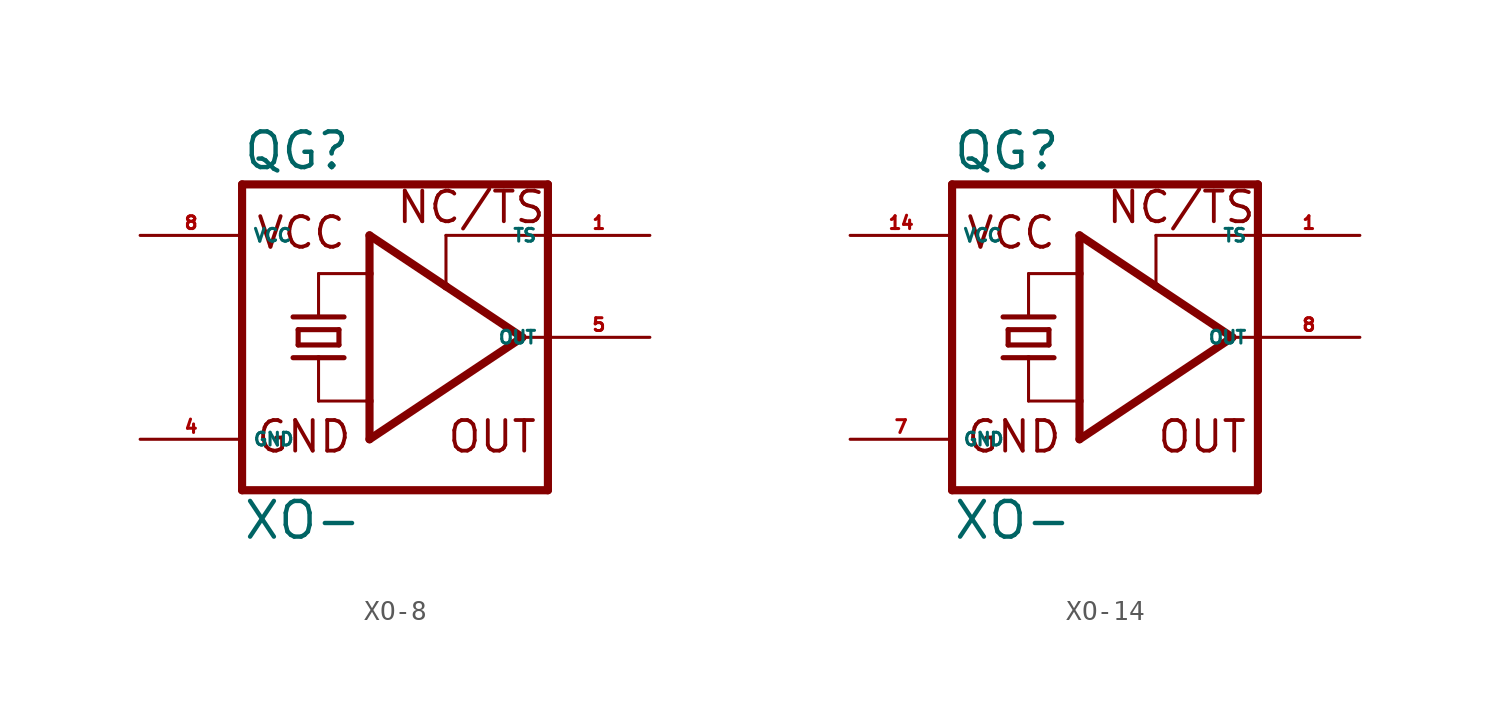
<source format=kicad_sym>
(kicad_symbol_lib
  (version 20220914)
  (generator Eagle2Kicad)
  (symbol "XO-8"
    (property "Reference" "QG"
      (at -7.62 8.255 0)
      (effects (font (size 1.778 1.778) (thickness 0.22)) (justify left bottom)))
    (property "Value" "XO-"
      (at -7.62 -10.16 0)
      (effects (font (size 1.778 1.778) (thickness 0.22)) (justify left bottom)))
    (polyline
      (pts (xy -7.62 7.62) (xy -7.62 -7.62))
      (stroke (width 0.406) (type default))
      (fill (type none)))
    (polyline
      (pts (xy 7.62 -7.62) (xy -7.62 -7.62))
      (stroke (width 0.406) (type default))
      (fill (type none)))
    (polyline
      (pts (xy 7.62 -7.62) (xy 7.62 0))
      (stroke (width 0.406) (type default))
      (fill (type none)))
    (polyline
      (pts (xy 7.62 0) (xy 7.62 5.08))
      (stroke (width 0.406) (type default))
      (fill (type none)))
    (polyline
      (pts (xy 7.62 5.08) (xy 7.62 7.62))
      (stroke (width 0.406) (type default))
      (fill (type none)))
    (polyline
      (pts (xy -7.62 7.62) (xy 7.62 7.62))
      (stroke (width 0.406) (type default))
      (fill (type none)))
    (polyline
      (pts (xy -1.27 5.08) (xy 2.54 2.54))
      (stroke (width 0.406) (type default))
      (fill (type none)))
    (polyline
      (pts (xy 2.54 2.54) (xy 6.35 0))
      (stroke (width 0.406) (type default))
      (fill (type none)))
    (polyline
      (pts (xy 6.35 0) (xy -1.27 -5.08))
      (stroke (width 0.406) (type default))
      (fill (type none)))
    (polyline
      (pts (xy -1.27 -5.08) (xy -1.27 -3.175))
      (stroke (width 0.406) (type default))
      (fill (type none)))
    (polyline
      (pts (xy -1.27 -3.175) (xy -1.27 3.175))
      (stroke (width 0.406) (type default))
      (fill (type none)))
    (polyline
      (pts (xy -1.27 3.175) (xy -1.27 5.08))
      (stroke (width 0.406) (type default))
      (fill (type none)))
    (polyline
      (pts (xy -3.81 3.175) (xy -1.27 3.175))
      (stroke (width 0.152) (type default))
      (fill (type none)))
    (polyline
      (pts (xy -3.81 -3.175) (xy -1.27 -3.175))
      (stroke (width 0.152) (type default))
      (fill (type none)))
    (polyline
      (pts (xy 6.35 0) (xy 7.62 0))
      (stroke (width 0.152) (type default))
      (fill (type none)))
    (polyline
      (pts (xy 7.62 5.08) (xy 2.54 5.08))
      (stroke (width 0.152) (type default))
      (fill (type none)))
    (polyline
      (pts (xy 2.54 5.08) (xy 2.54 2.54))
      (stroke (width 0.152) (type default))
      (fill (type none)))
    (polyline
      (pts (xy -4.826 -0.381) (xy -4.826 0.381))
      (stroke (width 0.254) (type default))
      (fill (type none)))
    (polyline
      (pts (xy -4.826 0.381) (xy -2.794 0.381))
      (stroke (width 0.254) (type default))
      (fill (type none)))
    (polyline
      (pts (xy -2.794 0.381) (xy -2.794 -0.381))
      (stroke (width 0.254) (type default))
      (fill (type none)))
    (polyline
      (pts (xy -4.826 -0.381) (xy -2.794 -0.381))
      (stroke (width 0.254) (type default))
      (fill (type none)))
    (polyline
      (pts (xy -5.08 -1.016) (xy -3.81 -1.016))
      (stroke (width 0.254) (type default))
      (fill (type none)))
    (polyline
      (pts (xy -3.81 -1.016) (xy -2.54 -1.016))
      (stroke (width 0.254) (type default))
      (fill (type none)))
    (polyline
      (pts (xy -3.81 1.016) (xy -3.81 3.175))
      (stroke (width 0.152) (type default))
      (fill (type none)))
    (polyline
      (pts (xy -3.81 -3.175) (xy -3.81 -1.016))
      (stroke (width 0.152) (type default))
      (fill (type none)))
    (polyline
      (pts (xy -5.08 1.016) (xy -2.54 1.016))
      (stroke (width 0.254) (type default))
      (fill (type none)))
    (text "OUT"
      (at 2.54 -5.842 0)
      (effects (font (size 1.524 1.524) (thickness 0.19)) (justify left bottom)))
    (text "GND"
      (at -6.985 -5.842 0)
      (effects (font (size 1.524 1.524) (thickness 0.19)) (justify left bottom)))
    (text "VCC"
      (at -6.985 4.318 0)
      (effects (font (size 1.524 1.524) (thickness 0.19)) (justify left bottom)))
    (text "NC/TS"
      (at 0 5.588 0)
      (effects (font (size 1.524 1.524) (thickness 0.19)) (justify left bottom)))
    (pin unspecified line
      (at -12.7 -5.08 0)
      (length 5.08)
      (name "GND" (effects (font (size 0.635 0.635) (thickness 0.08)) (justify left bottom)))
      (number "4" (effects (font (size 0.635 0.635) (thickness 0.08)) (justify left bottom))))
    (pin unspecified line
      (at -12.7 5.08 0)
      (length 5.08)
      (name "VCC" (effects (font (size 0.635 0.635) (thickness 0.08)) (justify left bottom)))
      (number "8" (effects (font (size 0.635 0.635) (thickness 0.08)) (justify left bottom))))
    (pin output line
      (at 12.7 0 180)
      (length 5.08)
      (name "OUT" (effects (font (size 0.635 0.635) (thickness 0.08)) (justify left bottom)))
      (number "5" (effects (font (size 0.635 0.635) (thickness 0.08)) (justify left bottom))))
    (pin passive line
      (at 12.7 5.08 180)
      (length 5.08)
      (name "TS" (effects (font (size 0.635 0.635) (thickness 0.08)) (justify left bottom)))
      (number "1" (effects (font (size 0.635 0.635) (thickness 0.08)) (justify left bottom)))))
  (symbol "XO-14"
    (property "Reference" "QG"
      (at -7.62 8.255 0)
      (effects (font (size 1.778 1.778) (thickness 0.22)) (justify left bottom)))
    (property "Value" "XO-"
      (at -7.62 -10.16 0)
      (effects (font (size 1.778 1.778) (thickness 0.22)) (justify left bottom)))
    (polyline
      (pts (xy -7.62 7.62) (xy -7.62 -7.62))
      (stroke (width 0.406) (type default))
      (fill (type none)))
    (polyline
      (pts (xy 7.62 -7.62) (xy -7.62 -7.62))
      (stroke (width 0.406) (type default))
      (fill (type none)))
    (polyline
      (pts (xy 7.62 -7.62) (xy 7.62 0))
      (stroke (width 0.406) (type default))
      (fill (type none)))
    (polyline
      (pts (xy 7.62 0) (xy 7.62 5.08))
      (stroke (width 0.406) (type default))
      (fill (type none)))
    (polyline
      (pts (xy 7.62 5.08) (xy 7.62 7.62))
      (stroke (width 0.406) (type default))
      (fill (type none)))
    (polyline
      (pts (xy -7.62 7.62) (xy 7.62 7.62))
      (stroke (width 0.406) (type default))
      (fill (type none)))
    (polyline
      (pts (xy -1.27 5.08) (xy 2.54 2.54))
      (stroke (width 0.406) (type default))
      (fill (type none)))
    (polyline
      (pts (xy 2.54 2.54) (xy 6.35 0))
      (stroke (width 0.406) (type default))
      (fill (type none)))
    (polyline
      (pts (xy 6.35 0) (xy -1.27 -5.08))
      (stroke (width 0.406) (type default))
      (fill (type none)))
    (polyline
      (pts (xy -1.27 -5.08) (xy -1.27 -3.175))
      (stroke (width 0.406) (type default))
      (fill (type none)))
    (polyline
      (pts (xy -1.27 -3.175) (xy -1.27 3.175))
      (stroke (width 0.406) (type default))
      (fill (type none)))
    (polyline
      (pts (xy -1.27 3.175) (xy -1.27 5.08))
      (stroke (width 0.406) (type default))
      (fill (type none)))
    (polyline
      (pts (xy -3.81 3.175) (xy -1.27 3.175))
      (stroke (width 0.152) (type default))
      (fill (type none)))
    (polyline
      (pts (xy -3.81 -3.175) (xy -1.27 -3.175))
      (stroke (width 0.152) (type default))
      (fill (type none)))
    (polyline
      (pts (xy 6.35 0) (xy 7.62 0))
      (stroke (width 0.152) (type default))
      (fill (type none)))
    (polyline
      (pts (xy 7.62 5.08) (xy 2.54 5.08))
      (stroke (width 0.152) (type default))
      (fill (type none)))
    (polyline
      (pts (xy 2.54 5.08) (xy 2.54 2.54))
      (stroke (width 0.152) (type default))
      (fill (type none)))
    (polyline
      (pts (xy -4.826 -0.381) (xy -4.826 0.381))
      (stroke (width 0.254) (type default))
      (fill (type none)))
    (polyline
      (pts (xy -4.826 0.381) (xy -2.794 0.381))
      (stroke (width 0.254) (type default))
      (fill (type none)))
    (polyline
      (pts (xy -2.794 0.381) (xy -2.794 -0.381))
      (stroke (width 0.254) (type default))
      (fill (type none)))
    (polyline
      (pts (xy -4.826 -0.381) (xy -2.794 -0.381))
      (stroke (width 0.254) (type default))
      (fill (type none)))
    (polyline
      (pts (xy -5.08 -1.016) (xy -3.81 -1.016))
      (stroke (width 0.254) (type default))
      (fill (type none)))
    (polyline
      (pts (xy -3.81 -1.016) (xy -2.54 -1.016))
      (stroke (width 0.254) (type default))
      (fill (type none)))
    (polyline
      (pts (xy -3.81 1.016) (xy -3.81 3.175))
      (stroke (width 0.152) (type default))
      (fill (type none)))
    (polyline
      (pts (xy -3.81 -3.175) (xy -3.81 -1.016))
      (stroke (width 0.152) (type default))
      (fill (type none)))
    (polyline
      (pts (xy -5.08 1.016) (xy -2.54 1.016))
      (stroke (width 0.254) (type default))
      (fill (type none)))
    (text "OUT"
      (at 2.54 -5.842 0)
      (effects (font (size 1.524 1.524) (thickness 0.19)) (justify left bottom)))
    (text "GND"
      (at -6.985 -5.842 0)
      (effects (font (size 1.524 1.524) (thickness 0.19)) (justify left bottom)))
    (text "VCC"
      (at -6.985 4.318 0)
      (effects (font (size 1.524 1.524) (thickness 0.19)) (justify left bottom)))
    (text "NC/TS"
      (at 0 5.588 0)
      (effects (font (size 1.524 1.524) (thickness 0.19)) (justify left bottom)))
    (pin unspecified line
      (at -12.7 -5.08 0)
      (length 5.08)
      (name "GND" (effects (font (size 0.635 0.635) (thickness 0.08)) (justify left bottom)))
      (number "7" (effects (font (size 0.635 0.635) (thickness 0.08)) (justify left bottom))))
    (pin unspecified line
      (at -12.7 5.08 0)
      (length 5.08)
      (name "VCC" (effects (font (size 0.635 0.635) (thickness 0.08)) (justify left bottom)))
      (number "14" (effects (font (size 0.635 0.635) (thickness 0.08)) (justify left bottom))))
    (pin output line
      (at 12.7 0 180)
      (length 5.08)
      (name "OUT" (effects (font (size 0.635 0.635) (thickness 0.08)) (justify left bottom)))
      (number "8" (effects (font (size 0.635 0.635) (thickness 0.08)) (justify left bottom))))
    (pin passive line
      (at 12.7 5.08 180)
      (length 5.08)
      (name "TS" (effects (font (size 0.635 0.635) (thickness 0.08)) (justify left bottom)))
      (number "1" (effects (font (size 0.635 0.635) (thickness 0.08)) (justify left bottom))))))
</source>
